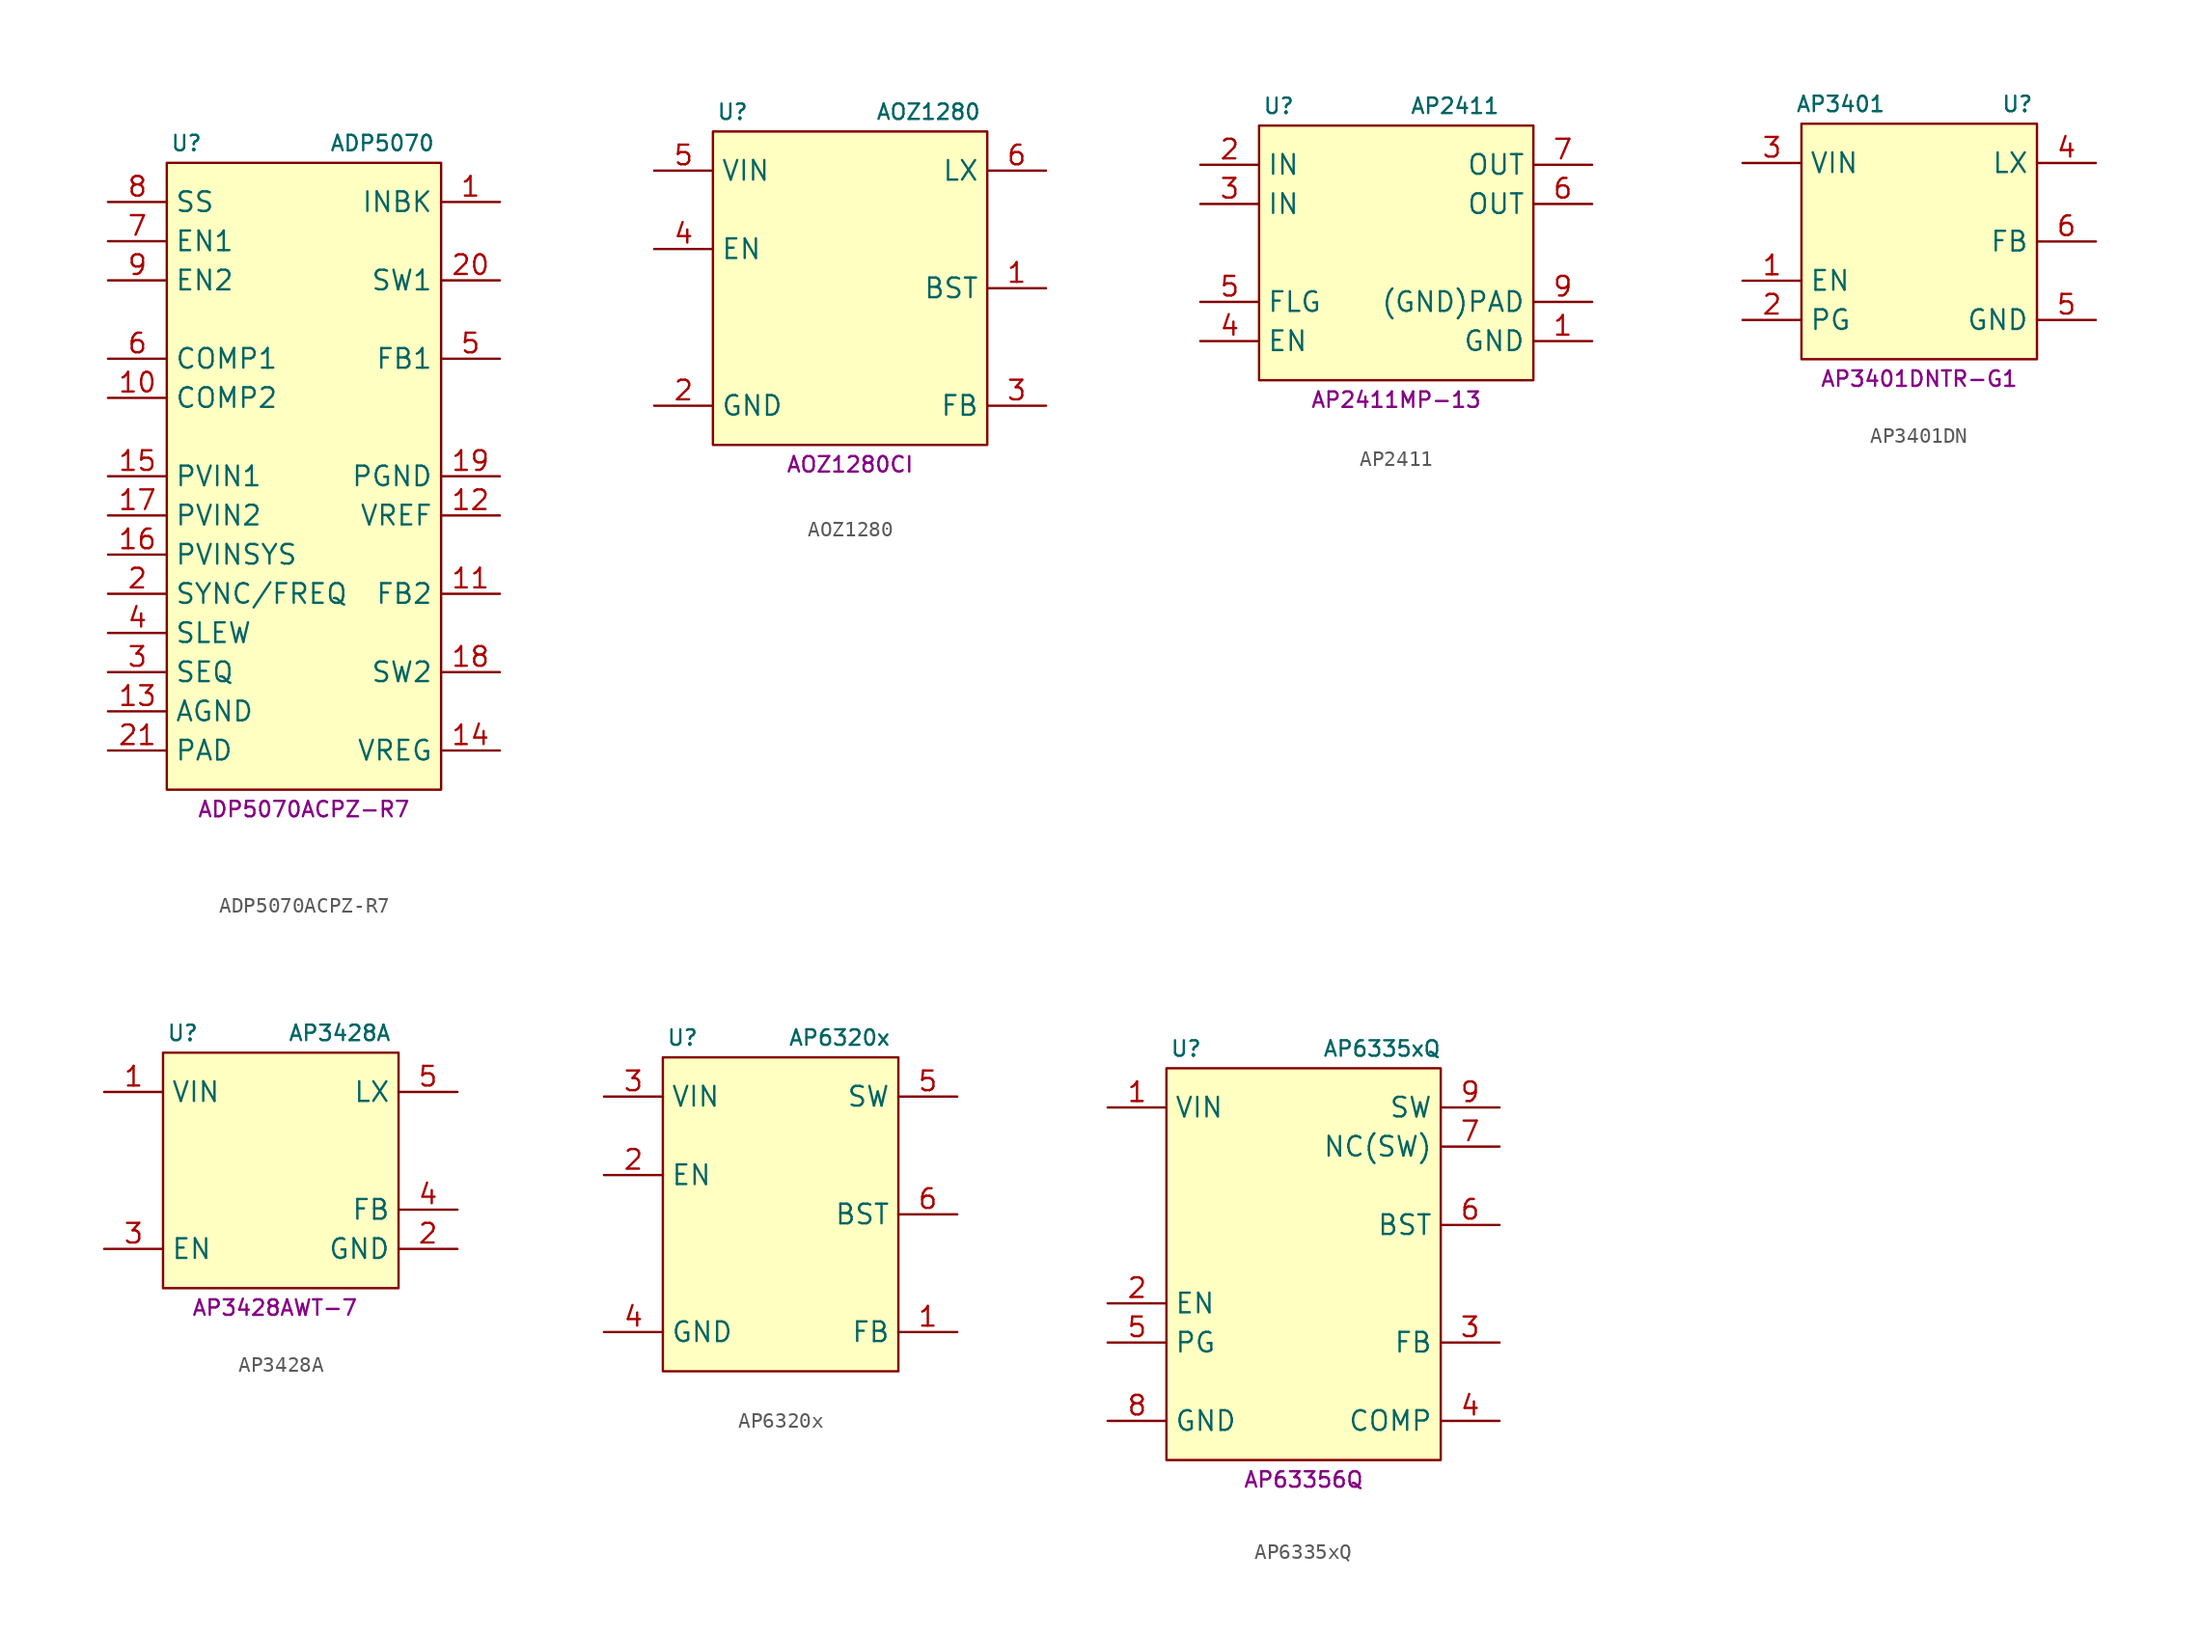
<source format=kicad_sym>
(kicad_symbol_lib
  (version 20231120)
  (generator "kicad_symbol_editor")
  (generator_version "8.0")
  (symbol "ADP5070ACPZ-R7"
    (property "Reference" "U"
      (at -7.62 21.59 0)
      (effects (font (size 1 1))))
    (property "Value" "ADP5070"
      (at 5.08 21.59 0)
      (effects (font (size 1 1))))
    (property "MPN" "ADP5070ACPZ-R7"
      (at 0 -21.59 0)
      (effects (font (size 1 1))))
    (symbol "ADP5070ACPZ-R7_0_1"
      (rectangle (start -8.89 20.32) (end 8.89 -20.32) (stroke (width 0.152) (type default)) (fill (type background))))
    (symbol "ADP5070ACPZ-R7_1_1"
      (pin input line (at 12.7 17.78 180) (length 3.81) (name "INBK" (effects (font (size 1.27 1.27)))) (number "1" (effects (font (size 1.27 1.27)))))
      (pin passive line (at -12.7 5.08 0) (length 3.81) (name "COMP2" (effects (font (size 1.27 1.27)))) (number "10" (effects (font (size 1.27 1.27)))))
      (pin passive line (at 12.7 -7.62 180) (length 3.81) (name "FB2" (effects (font (size 1.27 1.27)))) (number "11" (effects (font (size 1.27 1.27)))))
      (pin passive line (at 12.7 -2.54 180) (length 3.81) (name "VREF" (effects (font (size 1.27 1.27)))) (number "12" (effects (font (size 1.27 1.27)))))
      (pin power_in line (at -12.7 -15.24 0) (length 3.81) (name "AGND" (effects (font (size 1.27 1.27)))) (number "13" (effects (font (size 1.27 1.27)))))
      (pin passive line (at 12.7 -17.78 180) (length 3.81) (name "VREG" (effects (font (size 1.27 1.27)))) (number "14" (effects (font (size 1.27 1.27)))))
      (pin power_in line (at -12.7 0 0) (length 3.81) (name "PVIN1" (effects (font (size 1.27 1.27)))) (number "15" (effects (font (size 1.27 1.27)))))
      (pin power_in line (at -12.7 -5.08 0) (length 3.81) (name "PVINSYS" (effects (font (size 1.27 1.27)))) (number "16" (effects (font (size 1.27 1.27)))))
      (pin power_in line (at -12.7 -2.54 0) (length 3.81) (name "PVIN2" (effects (font (size 1.27 1.27)))) (number "17" (effects (font (size 1.27 1.27)))))
      (pin power_out line (at 12.7 -12.7 180) (length 3.81) (name "SW2" (effects (font (size 1.27 1.27)))) (number "18" (effects (font (size 1.27 1.27)))))
      (pin power_in line (at 12.7 0 180) (length 3.81) (name "PGND" (effects (font (size 1.27 1.27)))) (number "19" (effects (font (size 1.27 1.27)))))
      (pin input line (at -12.7 -7.62 0) (length 3.81) (name "SYNC/FREQ" (effects (font (size 1.27 1.27)))) (number "2" (effects (font (size 1.27 1.27)))))
      (pin power_out line (at 12.7 12.7 180) (length 3.81) (name "SW1" (effects (font (size 1.27 1.27)))) (number "20" (effects (font (size 1.27 1.27)))))
      (pin power_in line (at -12.7 -17.78 0) (length 3.81) (name "PAD" (effects (font (size 1.27 1.27)))) (number "21" (effects (font (size 1.27 1.27)))))
      (pin passive line (at -12.7 -12.7 0) (length 3.81) (name "SEQ" (effects (font (size 1.27 1.27)))) (number "3" (effects (font (size 1.27 1.27)))))
      (pin input line (at -12.7 -10.16 0) (length 3.81) (name "SLEW" (effects (font (size 1.27 1.27)))) (number "4" (effects (font (size 1.27 1.27)))))
      (pin passive line (at 12.7 7.62 180) (length 3.81) (name "FB1" (effects (font (size 1.27 1.27)))) (number "5" (effects (font (size 1.27 1.27)))))
      (pin passive line (at -12.7 7.62 0) (length 3.81) (name "COMP1" (effects (font (size 1.27 1.27)))) (number "6" (effects (font (size 1.27 1.27)))))
      (pin input line (at -12.7 15.24 0) (length 3.81) (name "EN1" (effects (font (size 1.27 1.27)))) (number "7" (effects (font (size 1.27 1.27)))))
      (pin passive line (at -12.7 17.78 0) (length 3.81) (name "SS" (effects (font (size 1.27 1.27)))) (number "8" (effects (font (size 1.27 1.27)))))
      (pin input line (at -12.7 12.7 0) (length 3.81) (name "EN2" (effects (font (size 1.27 1.27)))) (number "9" (effects (font (size 1.27 1.27)))))))
  (symbol "AOZ1280"
    (property "Reference" "U"
      (at -7.62 11.43 0)
      (effects (font (size 1 1))))
    (property "Value" "AOZ1280"
      (at 5.08 11.43 0)
      (effects (font (size 1 1))))
    (property "MPN" "AOZ1280CI"
      (at 0 -11.43 0)
      (effects (font (size 1 1))))
    (symbol "AOZ1280_0_1"
      (rectangle (start -8.89 -10.16) (end 8.89 10.16) (stroke (width 0) (type default)) (fill (type background))))
    (symbol "AOZ1280_1_1"
      (pin passive line (at 12.7 0 180) (length 3.81) (name "BST" (effects (font (size 1.27 1.27)))) (number "1" (effects (font (size 1.27 1.27)))))
      (pin power_in line (at -12.7 -7.62 0) (length 3.81) (name "GND" (effects (font (size 1.27 1.27)))) (number "2" (effects (font (size 1.27 1.27)))))
      (pin passive line (at 12.7 -7.62 180) (length 3.81) (name "FB" (effects (font (size 1.27 1.27)))) (number "3" (effects (font (size 1.27 1.27)))))
      (pin input line (at -12.7 2.54 0) (length 3.81) (name "EN" (effects (font (size 1.27 1.27)))) (number "4" (effects (font (size 1.27 1.27)))))
      (pin power_in line (at -12.7 7.62 0) (length 3.81) (name "VIN" (effects (font (size 1.27 1.27)))) (number "5" (effects (font (size 1.27 1.27)))))
      (pin power_out line (at 12.7 7.62 180) (length 3.81) (name "LX" (effects (font (size 1.27 1.27)))) (number "6" (effects (font (size 1.27 1.27)))))))
  (symbol "AP2411"
    (property "Reference" "U"
      (at -7.62 8.89 0)
      (effects (font (size 1 1))))
    (property "Value" "AP2411"
      (at 3.81 8.89 0)
      (effects (font (size 1 1))))
    (property "MPN" "AP2411MP-13"
      (at 0 -10.16 0)
      (effects (font (size 1 1))))
    (symbol "AP2411_0_1"
      (rectangle (start -8.89 7.62) (end 8.89 -8.89) (stroke (width 0) (type default)) (fill (type background))))
    (symbol "AP2411_1_1"
      (pin power_in line (at 12.7 -6.35 180) (length 3.81) (name "GND" (effects (font (size 1.27 1.27)))) (number "1" (effects (font (size 1.27 1.27)))))
      (pin power_in line (at -12.7 5.08 0) (length 3.81) (name "IN" (effects (font (size 1.27 1.27)))) (number "2" (effects (font (size 1.27 1.27)))))
      (pin power_in line (at -12.7 2.54 0) (length 3.81) (name "IN" (effects (font (size 1.27 1.27)))) (number "3" (effects (font (size 1.27 1.27)))))
      (pin input line (at -12.7 -6.35 0) (length 3.81) (name "EN" (effects (font (size 1.27 1.27)))) (number "4" (effects (font (size 1.27 1.27)))))
      (pin output line (at -12.7 -3.81 0) (length 3.81) (name "FLG" (effects (font (size 1.27 1.27)))) (number "5" (effects (font (size 1.27 1.27)))))
      (pin power_out line (at 12.7 2.54 180) (length 3.81) (name "OUT" (effects (font (size 1.27 1.27)))) (number "6" (effects (font (size 1.27 1.27)))))
      (pin power_out line (at 12.7 5.08 180) (length 3.81) (name "OUT" (effects (font (size 1.27 1.27)))) (number "7" (effects (font (size 1.27 1.27)))))
      (pin passive line (at 12.7 -3.81 180) (length 3.81) (name "(GND)PAD" (effects (font (size 1.27 1.27)))) (number "9" (effects (font (size 1.27 1.27)))))))
  (symbol "AP3401DN"
    (property "Reference" "U"
      (at 6.35 8.89 0)
      (effects (font (size 1 1))))
    (property "Value" "AP3401"
      (at -5.08 8.89 0)
      (effects (font (size 1 1))))
    (property "MPN" "AP3401DNTR-G1"
      (at 0 -8.89 0)
      (effects (font (size 1 1))))
    (symbol "AP3401DN_1_1"
      (rectangle (start -7.62 7.62) (end 7.62 -7.62) (stroke (width 0) (type default)) (fill (type background)))
      (pin input line (at -11.43 -2.54 0) (length 3.81) (name "EN" (effects (font (size 1.27 1.27)))) (number "1" (effects (font (size 1.27 1.27)))))
      (pin open_collector line (at -11.43 -5.08 0) (length 3.81) (name "PG" (effects (font (size 1.27 1.27)))) (number "2" (effects (font (size 1.27 1.27)))))
      (pin power_in line (at -11.43 5.08 0) (length 3.81) (name "VIN" (effects (font (size 1.27 1.27)))) (number "3" (effects (font (size 1.27 1.27)))))
      (pin power_out line (at 11.43 5.08 180) (length 3.81) (name "LX" (effects (font (size 1.27 1.27)))) (number "4" (effects (font (size 1.27 1.27)))))
      (pin power_in line (at 11.43 -5.08 180) (length 3.81) (name "GND" (effects (font (size 1.27 1.27)))) (number "5" (effects (font (size 1.27 1.27)))))
      (pin input line (at 11.43 0 180) (length 3.81) (name "FB" (effects (font (size 1.27 1.27)))) (number "6" (effects (font (size 1.27 1.27)))))))
  (symbol "AP3428A"
    (property "Reference" "U"
      (at -6.35 8.89 0)
      (effects (font (size 1 1))))
    (property "Value" "AP3428A"
      (at 3.81 8.89 0)
      (effects (font (size 1 1))))
    (property "MPN" "AP3428AWT-7 "
      (at 0 -8.89 0)
      (effects (font (size 1 1))))
    (symbol "AP3428A_0_1"
      (rectangle (start -7.62 7.62) (end 7.62 -7.62) (stroke (width 0) (type default)) (fill (type background))))
    (symbol "AP3428A_1_1"
      (pin power_in line (at -11.43 5.08 0) (length 3.81) (name "VIN" (effects (font (size 1.27 1.27)))) (number "1" (effects (font (size 1.27 1.27)))))
      (pin power_in line (at 11.43 -5.08 180) (length 3.81) (name "GND" (effects (font (size 1.27 1.27)))) (number "2" (effects (font (size 1.27 1.27)))))
      (pin input line (at -11.43 -5.08 0) (length 3.81) (name "EN" (effects (font (size 1.27 1.27)))) (number "3" (effects (font (size 1.27 1.27)))))
      (pin passive line (at 11.43 -2.54 180) (length 3.81) (name "FB" (effects (font (size 1.27 1.27)))) (number "4" (effects (font (size 1.27 1.27)))))
      (pin power_out line (at 11.43 5.08 180) (length 3.81) (name "LX" (effects (font (size 1.27 1.27)))) (number "5" (effects (font (size 1.27 1.27)))))))
  (symbol "AP6320x"
    (property "Reference" "U"
      (at -6.35 11.43 0)
      (effects (font (size 1 1))))
    (property "Value" "AP6320x"
      (at 3.81 11.43 0)
      (effects (font (size 1 1))))
    (symbol "AP6320x_1_1"
      (rectangle (start -7.62 10.16) (end 7.62 -10.16) (stroke (width 0) (type default)) (fill (type background)))
      (pin input line (at 11.43 -7.62 180) (length 3.81) (name "FB" (effects (font (size 1.27 1.27)))) (number "1" (effects (font (size 1.27 1.27)))))
      (pin input line (at -11.43 2.54 0) (length 3.81) (name "EN" (effects (font (size 1.27 1.27)))) (number "2" (effects (font (size 1.27 1.27)))))
      (pin power_in line (at -11.43 7.62 0) (length 3.81) (name "VIN" (effects (font (size 1.27 1.27)))) (number "3" (effects (font (size 1.27 1.27)))))
      (pin power_in line (at -11.43 -7.62 0) (length 3.81) (name "GND" (effects (font (size 1.27 1.27)))) (number "4" (effects (font (size 1.27 1.27)))))
      (pin power_out line (at 11.43 7.62 180) (length 3.81) (name "SW" (effects (font (size 1.27 1.27)))) (number "5" (effects (font (size 1.27 1.27)))))
      (pin passive line (at 11.43 0 180) (length 3.81) (name "BST" (effects (font (size 1.27 1.27)))) (number "6" (effects (font (size 1.27 1.27)))))))
  (symbol "AP6335xQ"
    (property "Reference" "U"
      (at -7.62 13.97 0)
      (effects (font (size 1 1))))
    (property "Value" "AP6335xQ"
      (at 5.08 13.97 0)
      (effects (font (size 1 1))))
    (property "MPN" "AP63356Q"
      (at 0 -13.97 0)
      (effects (font (size 1 1))))
    (symbol "AP6335xQ_0_1"
      (rectangle (start -8.89 12.7) (end 8.89 -12.7) (stroke (width 0.152) (type default)) (fill (type background))))
    (symbol "AP6335xQ_1_1"
      (pin power_in line (at -12.7 10.16 0) (length 3.81) (name "VIN" (effects (font (size 1.27 1.27)))) (number "1" (effects (font (size 1.27 1.27)))))
      (pin input line (at -12.7 -2.54 0) (length 3.81) (name "EN" (effects (font (size 1.27 1.27)))) (number "2" (effects (font (size 1.27 1.27)))))
      (pin passive line (at 12.7 -5.08 180) (length 3.81) (name "FB" (effects (font (size 1.27 1.27)))) (number "3" (effects (font (size 1.27 1.27)))))
      (pin passive line (at 12.7 -10.16 180) (length 3.81) (name "COMP" (effects (font (size 1.27 1.27)))) (number "4" (effects (font (size 1.27 1.27)))))
      (pin open_collector line (at -12.7 -5.08 0) (length 3.81) (name "PG" (effects (font (size 1.27 1.27)))) (number "5" (effects (font (size 1.27 1.27)))))
      (pin passive line (at 12.7 2.54 180) (length 3.81) (name "BST" (effects (font (size 1.27 1.27)))) (number "6" (effects (font (size 1.27 1.27)))))
      (pin free line (at 12.7 7.62 180) (length 3.81) (name "NC(SW)" (effects (font (size 1.27 1.27)))) (number "7" (effects (font (size 1.27 1.27)))))
      (pin power_in line (at -12.7 -10.16 0) (length 3.81) (name "GND" (effects (font (size 1.27 1.27)))) (number "8" (effects (font (size 1.27 1.27)))))
      (pin power_out line (at 12.7 10.16 180) (length 3.81) (name "SW" (effects (font (size 1.27 1.27)))) (number "9" (effects (font (size 1.27 1.27))))))))
</source>
